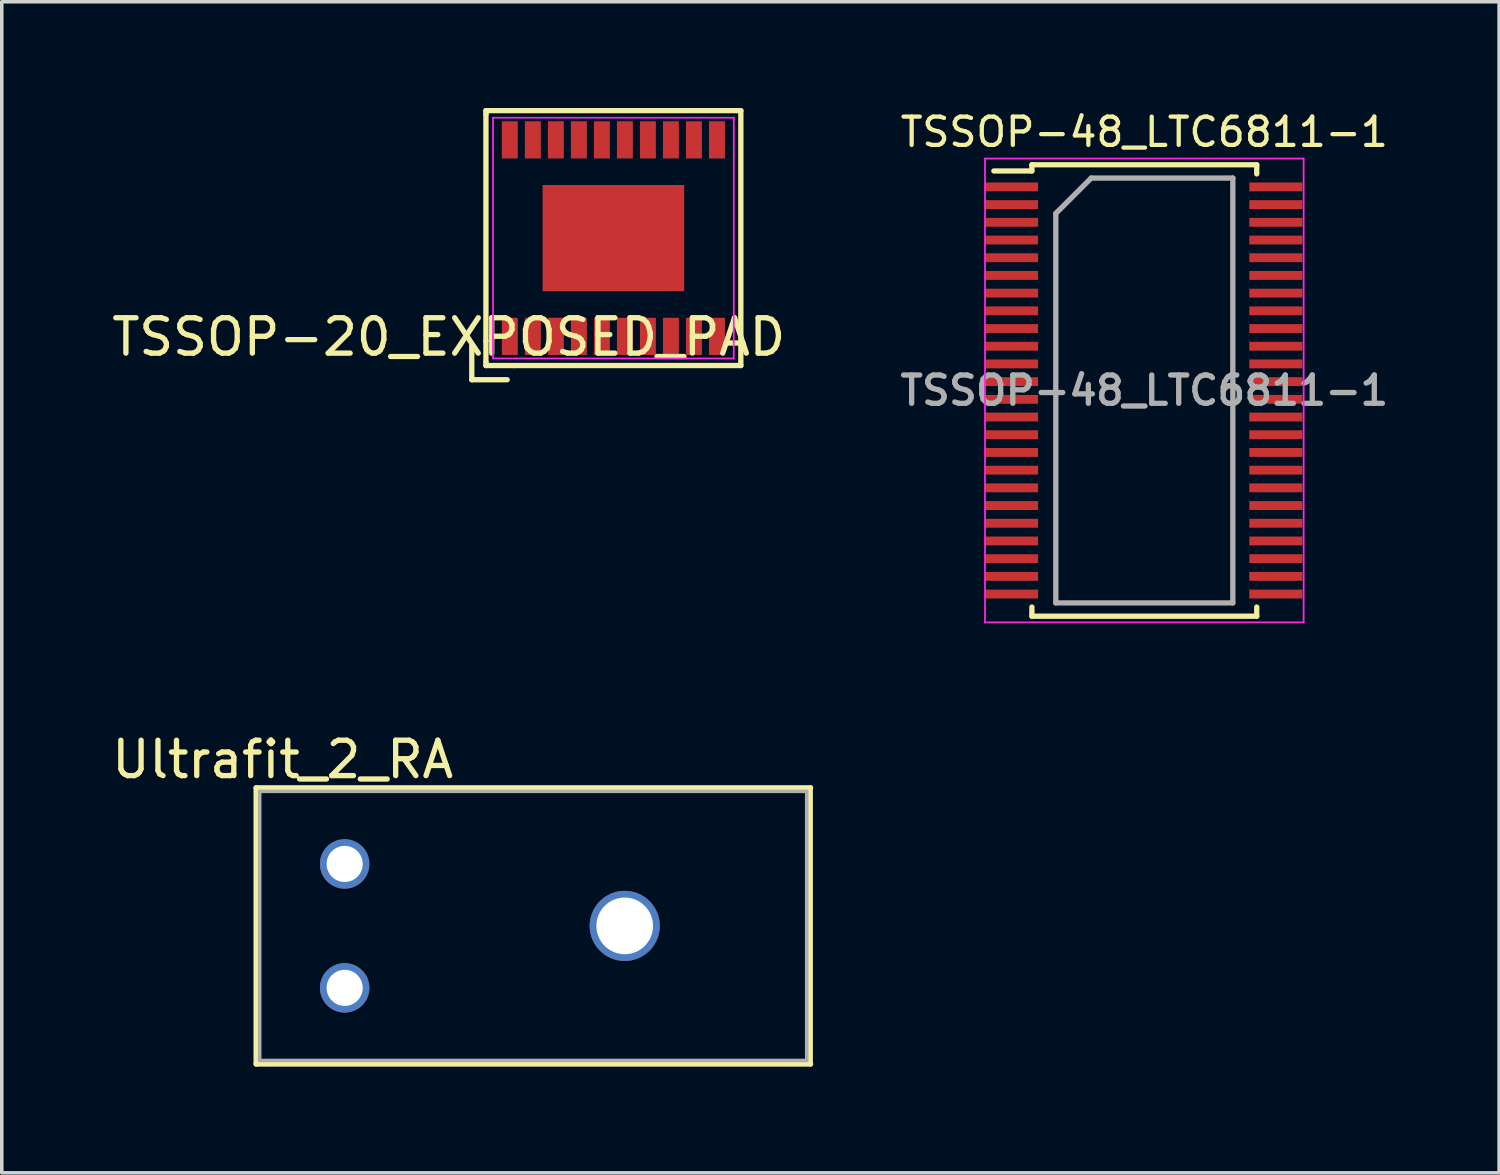
<source format=kicad_pcb>
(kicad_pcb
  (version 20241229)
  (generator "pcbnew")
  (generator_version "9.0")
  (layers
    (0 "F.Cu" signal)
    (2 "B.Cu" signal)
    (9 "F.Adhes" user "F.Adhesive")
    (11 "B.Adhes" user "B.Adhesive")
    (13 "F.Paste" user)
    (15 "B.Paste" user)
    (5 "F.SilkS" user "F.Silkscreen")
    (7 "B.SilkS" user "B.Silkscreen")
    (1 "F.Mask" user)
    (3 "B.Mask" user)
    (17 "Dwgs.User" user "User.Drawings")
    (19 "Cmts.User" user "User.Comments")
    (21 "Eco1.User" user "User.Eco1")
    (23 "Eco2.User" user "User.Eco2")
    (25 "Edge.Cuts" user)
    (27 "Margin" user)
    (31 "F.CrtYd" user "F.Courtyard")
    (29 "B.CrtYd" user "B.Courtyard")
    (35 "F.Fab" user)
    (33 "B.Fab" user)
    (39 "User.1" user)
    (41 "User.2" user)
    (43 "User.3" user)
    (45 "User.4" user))
  (footprint "Ultrafit_2_RA"
    (layer "F.Cu")
    (at 6.685 21.352)
    (property "Reference" "Ultrafit_2_RA" (at -1.75 -2.95 0) (layer "F.SilkS") (effects (font (size 1 1) (thickness 0.15))))
    (attr through_hole)
    (fp_line (start -2.5 -2.15) (end 13.16 -2.15) (stroke (width 0.15) (type solid)) (layer "F.SilkS"))
    (fp_line (start -2.5 5.65) (end -2.5 -2.15) (stroke (width 0.15) (type solid)) (layer "F.SilkS"))
    (fp_line (start -2.5 5.65) (end 13.16 5.65) (stroke (width 0.15) (type solid)) (layer "F.SilkS"))
    (fp_line (start 13.15 5.65) (end 13.15 -2.15) (stroke (width 0.15) (type solid)) (layer "F.SilkS"))
    (fp_line (start -2.4 -2.05) (end -2.4 5.55) (stroke (width 0.1) (type solid)) (layer "F.Fab"))
    (fp_line (start -2.4 5.55) (end 13.05 5.55) (stroke (width 0.1) (type solid)) (layer "F.Fab"))
    (fp_line (start 13.05 -2.05) (end -2.4 -2.05) (stroke (width 0.1) (type solid)) (layer "F.Fab"))
    (fp_line (start 13.05 5.55) (end 13.05 -2.05) (stroke (width 0.1) (type solid)) (layer "F.Fab"))
    (pad "" thru_hole circle (at 7.91 1.75) (size 1.981 1.981) (drill 1.6) (layers "*.Cu" "*.Mask"))
    (pad "1" thru_hole circle (at 0 3.5) (size 1.397 1.397) (drill 1.02) (layers "*.Cu" "*.Mask"))
    (pad "2" thru_hole circle (at 0 0) (size 1.397 1.397) (drill 1.02) (layers "*.Cu" "*.Mask")))
  (footprint "TSSOP-48_LTC6811-1"
    (layer "F.Cu")
    (at 29.271 7.979)
    (property "Reference" "TSSOP-48_LTC6811-1" (at 0 -7.3 0) (layer "F.SilkS") (effects (font (size 0.8 0.8) (thickness 0.12))))
    (attr smd)
    (fp_line (start -3.175 -6.375) (end -3.175 -6.2) (stroke (width 0.15) (type solid)) (layer "F.SilkS"))
    (fp_line (start -3.175 -6.375) (end 3.175 -6.375) (stroke (width 0.15) (type solid)) (layer "F.SilkS"))
    (fp_line (start -3.175 -6.2) (end -4.25 -6.2) (stroke (width 0.15) (type solid)) (layer "F.SilkS"))
    (fp_line (start -3.175 6.375) (end -3.175 6.117) (stroke (width 0.15) (type solid)) (layer "F.SilkS"))
    (fp_line (start -3.175 6.375) (end 3.175 6.375) (stroke (width 0.15) (type solid)) (layer "F.SilkS"))
    (fp_line (start 3.175 -6.375) (end 3.175 -6.117) (stroke (width 0.15) (type solid)) (layer "F.SilkS"))
    (fp_line (start 3.175 6.375) (end 3.175 6.117) (stroke (width 0.15) (type solid)) (layer "F.SilkS"))
    (fp_line (start -4.5 -6.55) (end -4.5 6.55) (stroke (width 0.05) (type solid)) (layer "F.CrtYd"))
    (fp_line (start -4.5 -6.55) (end 4.5 -6.55) (stroke (width 0.05) (type solid)) (layer "F.CrtYd"))
    (fp_line (start -4.5 6.55) (end 4.5 6.55) (stroke (width 0.05) (type solid)) (layer "F.CrtYd"))
    (fp_line (start 4.5 -6.55) (end 4.5 6.55) (stroke (width 0.05) (type solid)) (layer "F.CrtYd"))
    (fp_line (start -2.5 -5) (end -1.5 -6) (stroke (width 0.15) (type solid)) (layer "F.Fab"))
    (fp_line (start -2.5 6) (end -2.5 -5) (stroke (width 0.15) (type solid)) (layer "F.Fab"))
    (fp_line (start -2.5 6) (end 2.5 6) (stroke (width 0.15) (type solid)) (layer "F.Fab"))
    (fp_line (start -1.5 -6) (end 2.5 -6) (stroke (width 0.15) (type solid)) (layer "F.Fab"))
    (fp_line (start 2.5 6) (end 2.5 -6) (stroke (width 0.15) (type solid)) (layer "F.Fab"))
    (fp_text user "${REFERENCE}" (at 0 0 0) (layer "F.Fab") (effects (font (size 0.8 0.8) (thickness 0.15))))
    (pad "1" smd rect (at -3.75 -5.75) (size 1.5 0.25) (layers "F.Cu" "F.Mask" "F.Paste"))
    (pad "2" smd rect (at -3.75 -5.25) (size 1.5 0.25) (layers "F.Cu" "F.Mask" "F.Paste"))
    (pad "3" smd rect (at -3.75 -4.75) (size 1.5 0.25) (layers "F.Cu" "F.Mask" "F.Paste"))
    (pad "4" smd rect (at -3.75 -4.25) (size 1.5 0.25) (layers "F.Cu" "F.Mask" "F.Paste"))
    (pad "5" smd rect (at -3.75 -3.75) (size 1.5 0.25) (layers "F.Cu" "F.Mask" "F.Paste"))
    (pad "6" smd rect (at -3.75 -3.25) (size 1.5 0.25) (layers "F.Cu" "F.Mask" "F.Paste"))
    (pad "7" smd rect (at -3.75 -2.75) (size 1.5 0.25) (layers "F.Cu" "F.Mask" "F.Paste"))
    (pad "8" smd rect (at -3.75 -2.25) (size 1.5 0.25) (layers "F.Cu" "F.Mask" "F.Paste"))
    (pad "9" smd rect (at -3.75 -1.75) (size 1.5 0.25) (layers "F.Cu" "F.Mask" "F.Paste"))
    (pad "10" smd rect (at -3.75 -1.25) (size 1.5 0.25) (layers "F.Cu" "F.Mask" "F.Paste"))
    (pad "11" smd rect (at -3.75 -0.75) (size 1.5 0.25) (layers "F.Cu" "F.Mask" "F.Paste"))
    (pad "12" smd rect (at -3.75 -0.25) (size 1.5 0.25) (layers "F.Cu" "F.Mask" "F.Paste"))
    (pad "13" smd rect (at -3.75 0.25) (size 1.5 0.25) (layers "F.Cu" "F.Mask" "F.Paste"))
    (pad "14" smd rect (at -3.75 0.75) (size 1.5 0.25) (layers "F.Cu" "F.Mask" "F.Paste"))
    (pad "15" smd rect (at -3.75 1.25) (size 1.5 0.25) (layers "F.Cu" "F.Mask" "F.Paste"))
    (pad "16" smd rect (at -3.75 1.75) (size 1.5 0.25) (layers "F.Cu" "F.Mask" "F.Paste"))
    (pad "17" smd rect (at -3.75 2.25) (size 1.5 0.25) (layers "F.Cu" "F.Mask" "F.Paste"))
    (pad "18" smd rect (at -3.75 2.75) (size 1.5 0.25) (layers "F.Cu" "F.Mask" "F.Paste"))
    (pad "19" smd rect (at -3.75 3.25) (size 1.5 0.25) (layers "F.Cu" "F.Mask" "F.Paste"))
    (pad "20" smd rect (at -3.75 3.75) (size 1.5 0.25) (layers "F.Cu" "F.Mask" "F.Paste"))
    (pad "21" smd rect (at -3.75 4.25) (size 1.5 0.25) (layers "F.Cu" "F.Mask" "F.Paste"))
    (pad "22" smd rect (at -3.75 4.75) (size 1.5 0.25) (layers "F.Cu" "F.Mask" "F.Paste"))
    (pad "23" smd rect (at -3.75 5.25) (size 1.5 0.25) (layers "F.Cu" "F.Mask" "F.Paste"))
    (pad "24" smd rect (at -3.75 5.75) (size 1.5 0.25) (layers "F.Cu" "F.Mask" "F.Paste"))
    (pad "25" smd rect (at 3.715 5.75) (size 1.5 0.25) (layers "F.Cu" "F.Mask" "F.Paste"))
    (pad "26" smd rect (at 3.715 5.25) (size 1.5 0.25) (layers "F.Cu" "F.Mask" "F.Paste"))
    (pad "27" smd rect (at 3.715 4.75) (size 1.5 0.25) (layers "F.Cu" "F.Mask" "F.Paste"))
    (pad "28" smd rect (at 3.715 4.25) (size 1.5 0.25) (layers "F.Cu" "F.Mask" "F.Paste"))
    (pad "29" smd rect (at 3.715 3.75) (size 1.5 0.25) (layers "F.Cu" "F.Mask" "F.Paste"))
    (pad "30" smd rect (at 3.715 3.25) (size 1.5 0.25) (layers "F.Cu" "F.Mask" "F.Paste"))
    (pad "31" smd rect (at 3.715 2.75) (size 1.5 0.25) (layers "F.Cu" "F.Mask" "F.Paste"))
    (pad "32" smd rect (at 3.715 2.25) (size 1.5 0.25) (layers "F.Cu" "F.Mask" "F.Paste"))
    (pad "33" smd rect (at 3.715 1.75) (size 1.5 0.25) (layers "F.Cu" "F.Mask" "F.Paste"))
    (pad "34" smd rect (at 3.715 1.25) (size 1.5 0.25) (layers "F.Cu" "F.Mask" "F.Paste"))
    (pad "35" smd rect (at 3.715 0.75) (size 1.5 0.25) (layers "F.Cu" "F.Mask" "F.Paste"))
    (pad "36" smd rect (at 3.715 0.25) (size 1.5 0.25) (layers "F.Cu" "F.Mask" "F.Paste"))
    (pad "37" smd rect (at 3.715 -0.25) (size 1.5 0.25) (layers "F.Cu" "F.Mask" "F.Paste"))
    (pad "38" smd rect (at 3.715 -0.75) (size 1.5 0.25) (layers "F.Cu" "F.Mask" "F.Paste"))
    (pad "39" smd rect (at 3.715 -1.25) (size 1.5 0.25) (layers "F.Cu" "F.Mask" "F.Paste"))
    (pad "40" smd rect (at 3.715 -1.75) (size 1.5 0.25) (layers "F.Cu" "F.Mask" "F.Paste"))
    (pad "41" smd rect (at 3.715 -2.25) (size 1.5 0.25) (layers "F.Cu" "F.Mask" "F.Paste"))
    (pad "42" smd rect (at 3.715 -2.75) (size 1.5 0.25) (layers "F.Cu" "F.Mask" "F.Paste"))
    (pad "43" smd rect (at 3.715 -3.25) (size 1.5 0.25) (layers "F.Cu" "F.Mask" "F.Paste"))
    (pad "44" smd rect (at 3.715 -3.75) (size 1.5 0.25) (layers "F.Cu" "F.Mask" "F.Paste"))
    (pad "45" smd rect (at 3.715 -4.25) (size 1.5 0.25) (layers "F.Cu" "F.Mask" "F.Paste"))
    (pad "46" smd rect (at 3.715 -4.75) (size 1.5 0.25) (layers "F.Cu" "F.Mask" "F.Paste"))
    (pad "47" smd rect (at 3.715 -5.25) (size 1.5 0.25) (layers "F.Cu" "F.Mask" "F.Paste"))
    (pad "48" smd rect (at 3.715 -5.75) (size 1.5 0.25) (layers "F.Cu" "F.Mask" "F.Paste")))
  (footprint "TSSOP-20_EXPOSED_PAD"
    (layer "F.Cu")
    (at 14.275 3.675)
    (property "Reference" "TSSOP-20_EXPOSED_PAD" (at -4.65 2.794 180) (layer "F.SilkS") (effects (font (size 1 1) (thickness 0.15))))
    (attr smd)
    (fp_line (start -4 3) (end -4 4) (stroke (width 0.15) (type solid)) (layer "F.SilkS"))
    (fp_line (start -4 4) (end -3 4) (stroke (width 0.15) (type solid)) (layer "F.SilkS"))
    (fp_line (start -3.6 -3.6) (end -3.6 -3.5) (stroke (width 0.15) (type solid)) (layer "F.SilkS"))
    (fp_line (start -3.6 -3.5) (end -3.6 2.9) (stroke (width 0.15) (type solid)) (layer "F.SilkS"))
    (fp_line (start -3.6 2.9) (end -3.6 3.5) (stroke (width 0.15) (type solid)) (layer "F.SilkS"))
    (fp_line (start -3.6 3.5) (end -3.6 3.6) (stroke (width 0.15) (type solid)) (layer "F.SilkS"))
    (fp_line (start -3.6 3.6) (end -2.8 3.6) (stroke (width 0.15) (type solid)) (layer "F.SilkS"))
    (fp_line (start -2.8 3.6) (end 3.6 3.6) (stroke (width 0.15) (type solid)) (layer "F.SilkS"))
    (fp_line (start 3.6 -3.6) (end -3.6 -3.6) (stroke (width 0.15) (type solid)) (layer "F.SilkS"))
    (fp_line (start 3.6 3.6) (end 3.6 -3.6) (stroke (width 0.15) (type solid)) (layer "F.SilkS"))
    (fp_line (start -3.4 -3.4) (end 3.4 -3.4) (stroke (width 0.05) (type solid)) (layer "F.CrtYd"))
    (fp_line (start -3.4 3.4) (end -3.4 -3.4) (stroke (width 0.05) (type solid)) (layer "F.CrtYd"))
    (fp_line (start 3.4 -3.4) (end 3.4 3.4) (stroke (width 0.05) (type solid)) (layer "F.CrtYd"))
    (fp_line (start 3.4 3.4) (end -3.4 3.4) (stroke (width 0.05) (type solid)) (layer "F.CrtYd"))
    (pad "1" smd rect (at -2.925 2.775) (size 0.45 1.05) (layers "F.Cu" "F.Mask" "F.Paste"))
    (pad "2" smd rect (at -2.275 2.775) (size 0.45 1.05) (layers "F.Cu" "F.Mask" "F.Paste"))
    (pad "3" smd rect (at -1.625 2.775) (size 0.45 1.05) (layers "F.Cu" "F.Mask" "F.Paste"))
    (pad "4" smd rect (at -0.975 2.775) (size 0.45 1.05) (layers "F.Cu" "F.Mask" "F.Paste"))
    (pad "5" smd rect (at -0.325 2.775) (size 0.45 1.05) (layers "F.Cu" "F.Mask" "F.Paste"))
    (pad "6" smd rect (at 0.325 2.775) (size 0.45 1.05) (layers "F.Cu" "F.Mask" "F.Paste"))
    (pad "7" smd rect (at 0.975 2.775) (size 0.45 1.05) (layers "F.Cu" "F.Mask" "F.Paste"))
    (pad "8" smd rect (at 1.625 2.775) (size 0.45 1.05) (layers "F.Cu" "F.Mask" "F.Paste"))
    (pad "9" smd rect (at 2.275 2.775) (size 0.45 1.05) (layers "F.Cu" "F.Mask" "F.Paste"))
    (pad "10" smd rect (at 2.925 2.775) (size 0.45 1.05) (layers "F.Cu" "F.Mask" "F.Paste"))
    (pad "11" smd rect (at 2.925 -2.775) (size 0.45 1.05) (layers "F.Cu" "F.Mask" "F.Paste"))
    (pad "12" smd rect (at 2.275 -2.775) (size 0.45 1.05) (layers "F.Cu" "F.Mask" "F.Paste"))
    (pad "13" smd rect (at 1.625 -2.775) (size 0.45 1.05) (layers "F.Cu" "F.Mask" "F.Paste"))
    (pad "14" smd rect (at 0.975 -2.775) (size 0.45 1.05) (layers "F.Cu" "F.Mask" "F.Paste"))
    (pad "15" smd rect (at 0.325 -2.775) (size 0.45 1.05) (layers "F.Cu" "F.Mask" "F.Paste"))
    (pad "16" smd rect (at -0.325 -2.775) (size 0.45 1.05) (layers "F.Cu" "F.Mask" "F.Paste"))
    (pad "17" smd rect (at -0.975 -2.775) (size 0.45 1.05) (layers "F.Cu" "F.Mask" "F.Paste"))
    (pad "18" smd rect (at -1.625 -2.775) (size 0.45 1.05) (layers "F.Cu" "F.Mask" "F.Paste"))
    (pad "19" smd rect (at -2.275 -2.775) (size 0.45 1.05) (layers "F.Cu" "F.Mask" "F.Paste"))
    (pad "20" smd rect (at -2.925 -2.775) (size 0.45 1.05) (layers "F.Cu" "F.Mask" "F.Paste"))
    (pad "21" smd rect (at 0 0) (size 4 3) (layers "F.Cu" "F.Mask" "F.Paste")))
  (gr_rect
    (start -3 -3)
    (end 39.292 30.077)
    (stroke (width 0.1) (type default))
    (fill no)
    (layer "Edge.Cuts")))
</source>
